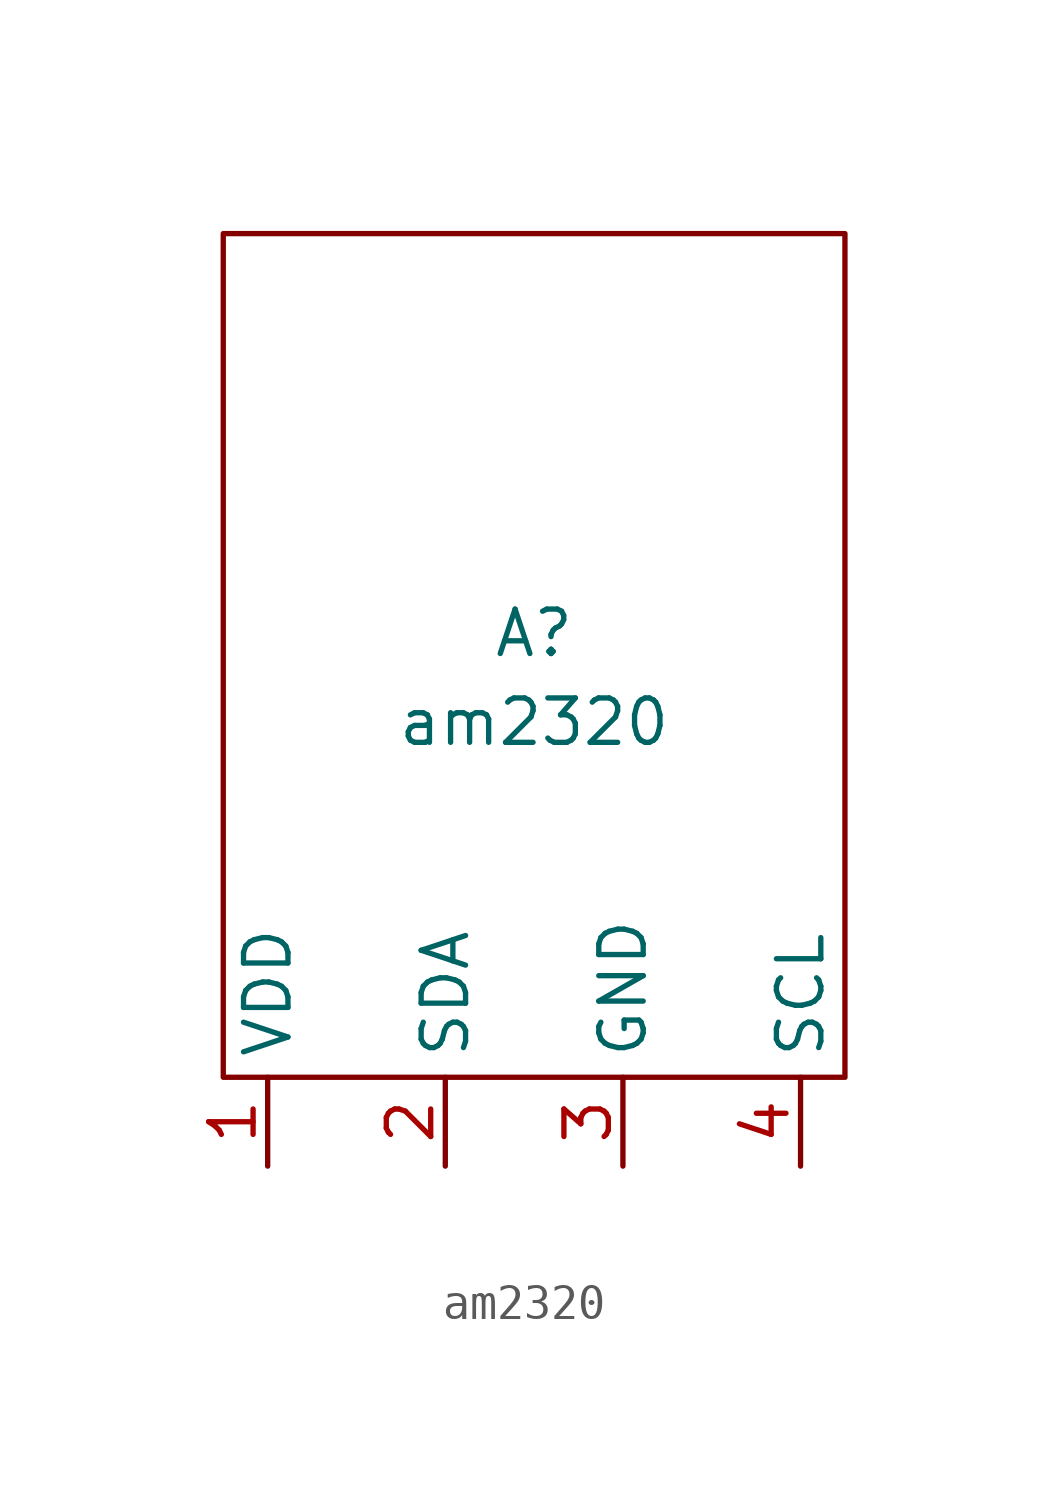
<source format=kicad_sym>
(kicad_symbol_lib
  (version 20211014)
  (generator kicad_symbol_editor)
  (symbol "am2320"
    (property "Reference" "A"
      (at 0 2.54 0)
      (effects (font (size 1.27 1.27))))
    (property "Value" "am2320"
      (at 0 0 0)
      (effects (font (size 1.27 1.27))))
    (symbol "am2320_0_1"
      (rectangle (start -8.89 13.97) (end 8.89 -10.16) (stroke (width 0) (type default) (color 0 0 0 0)) (fill (type none))))
    (symbol "am2320_1_1"
      (pin power_in line (at -7.62 -12.7 90) (length 2.54) (name "VDD" (effects (font (size 1.27 1.27)))) (number "1" (effects (font (size 1.27 1.27)))))
      (pin bidirectional line (at -2.54 -12.7 90) (length 2.54) (name "SDA" (effects (font (size 1.27 1.27)))) (number "2" (effects (font (size 1.27 1.27)))))
      (pin power_in line (at 2.54 -12.7 90) (length 2.54) (name "GND" (effects (font (size 1.27 1.27)))) (number "3" (effects (font (size 1.27 1.27)))))
      (pin bidirectional line (at 7.62 -12.7 90) (length 2.54) (name "SCL" (effects (font (size 1.27 1.27)))) (number "4" (effects (font (size 1.27 1.27))))))))
</source>
